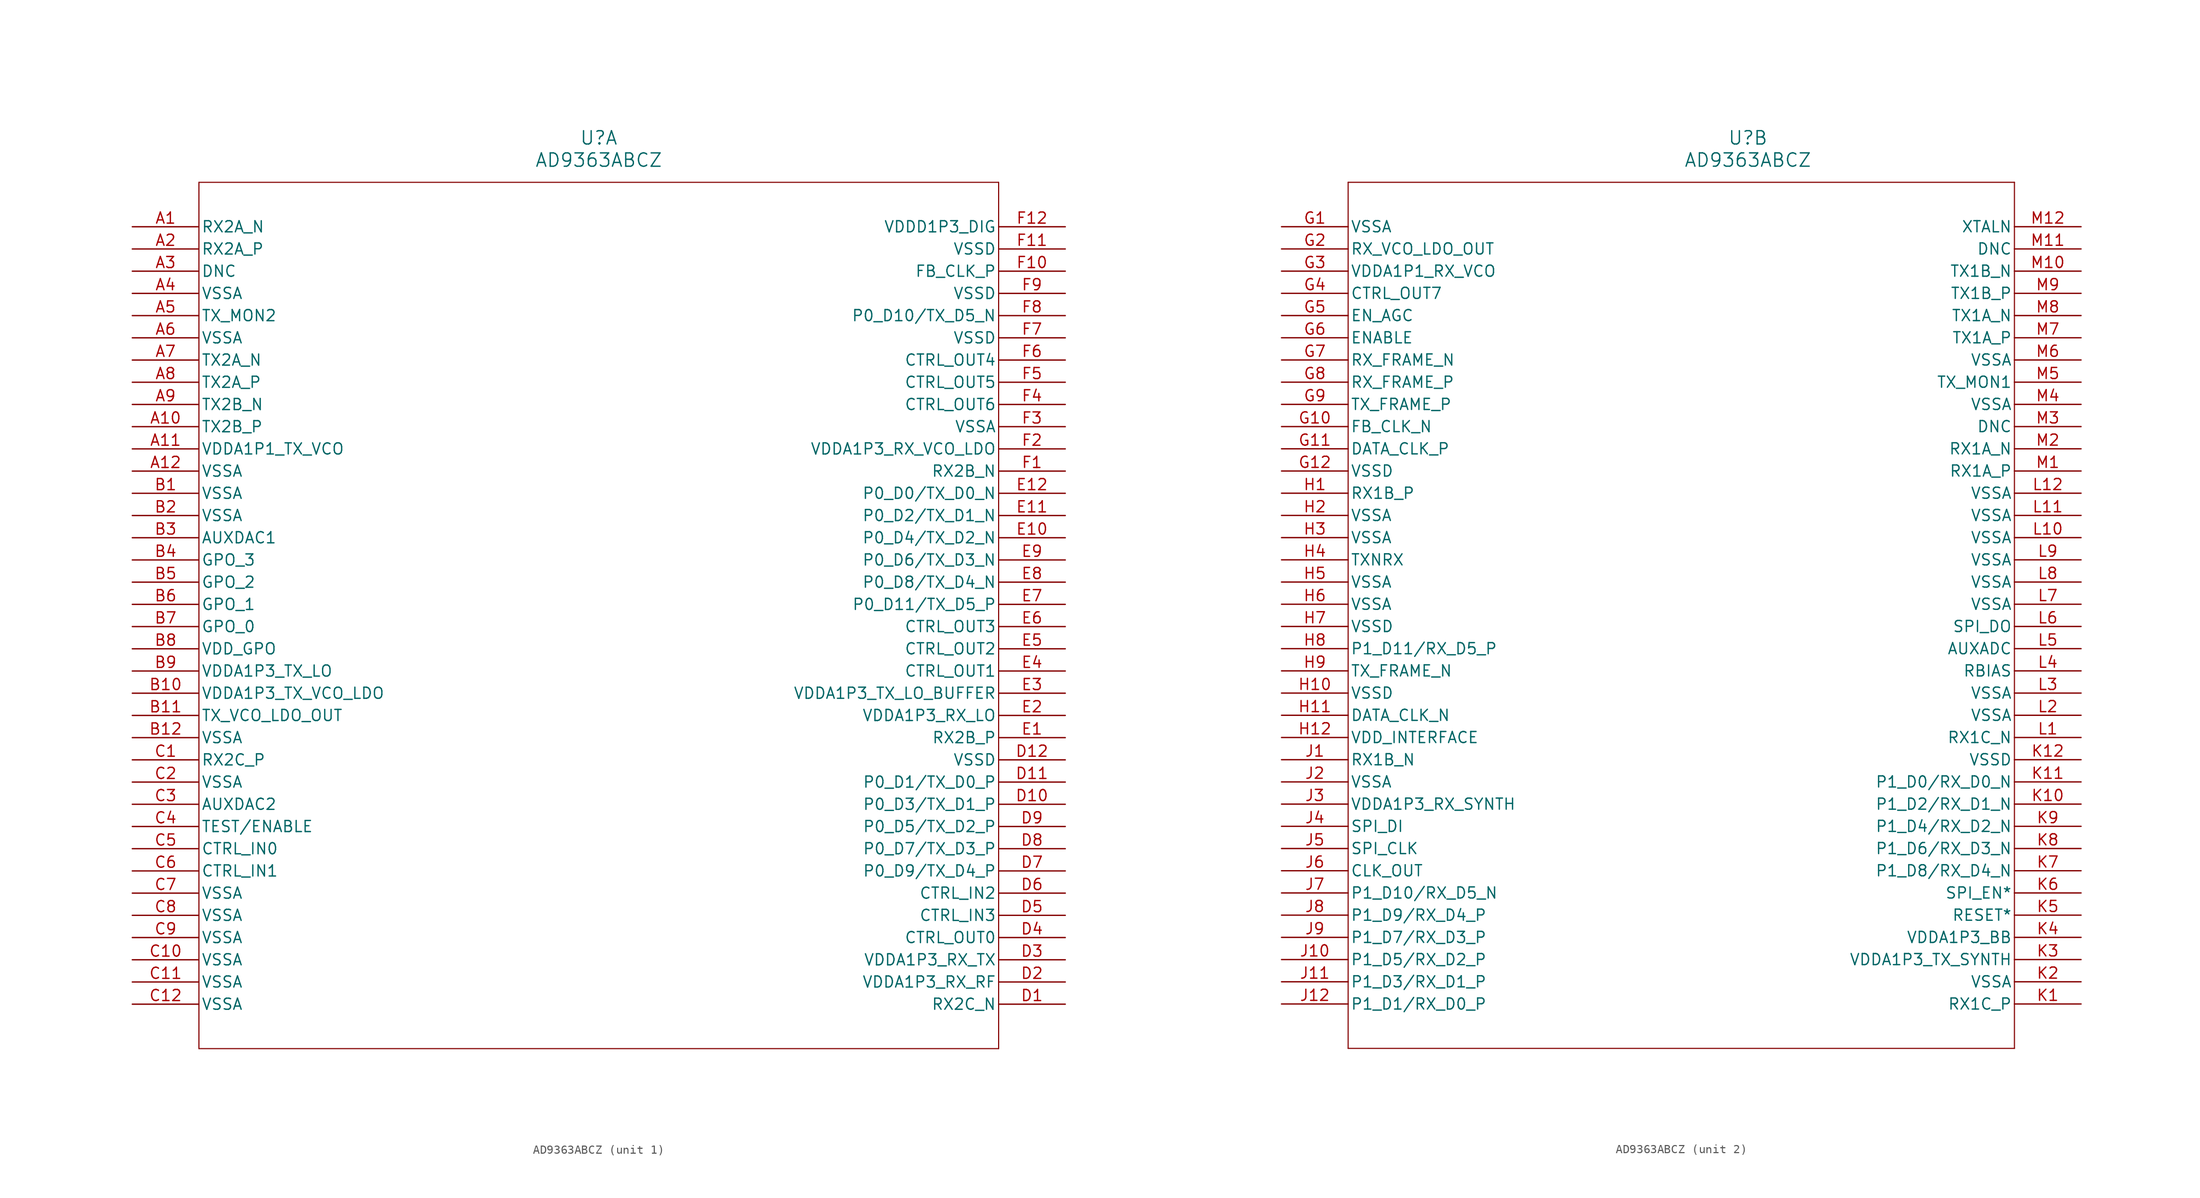
<source format=kicad_sym>
(kicad_symbol_lib
  (version 20211014)
  (generator kicad_symbol_editor)
  (symbol "AD9363ABCZ"
    (pin_names
      (offset 0.254))
    (property "Reference" "U"
      (at 53.34 10.16 0)
      (effects (font (size 1.524 1.524))))
    (property "Value" "AD9363ABCZ"
      (at 53.34 7.62 0)
      (effects (font (size 1.524 1.524))))
    (symbol "AD9363ABCZ_1_1"
      (polyline (pts (xy 7.62 5.08) (xy 7.62 -93.98)) (stroke (width 0.127) (type default) (color 0 0 0 0)) (fill (type none)))
      (polyline (pts (xy 7.62 -93.98) (xy 99.06 -93.98)) (stroke (width 0.127) (type default) (color 0 0 0 0)) (fill (type none)))
      (polyline (pts (xy 99.06 -93.98) (xy 99.06 5.08)) (stroke (width 0.127) (type default) (color 0 0 0 0)) (fill (type none)))
      (polyline (pts (xy 99.06 5.08) (xy 7.62 5.08)) (stroke (width 0.127) (type default) (color 0 0 0 0)) (fill (type none)))
      (pin unspecified line (at 0 0 0) (length 7.62) (name "RX2A_N" (effects (font (size 1.27 1.27)))) (number "A1" (effects (font (size 1.27 1.27)))))
      (pin unspecified line (at 0 -2.54 0) (length 7.62) (name "RX2A_P" (effects (font (size 1.27 1.27)))) (number "A2" (effects (font (size 1.27 1.27)))))
      (pin unspecified line (at 0 -5.08 0) (length 7.62) (name "DNC" (effects (font (size 1.27 1.27)))) (number "A3" (effects (font (size 1.27 1.27)))))
      (pin unspecified line (at 0 -7.62 0) (length 7.62) (name "VSSA" (effects (font (size 1.27 1.27)))) (number "A4" (effects (font (size 1.27 1.27)))))
      (pin unspecified line (at 0 -10.16 0) (length 7.62) (name "TX_MON2" (effects (font (size 1.27 1.27)))) (number "A5" (effects (font (size 1.27 1.27)))))
      (pin unspecified line (at 0 -12.7 0) (length 7.62) (name "VSSA" (effects (font (size 1.27 1.27)))) (number "A6" (effects (font (size 1.27 1.27)))))
      (pin unspecified line (at 0 -15.24 0) (length 7.62) (name "TX2A_N" (effects (font (size 1.27 1.27)))) (number "A7" (effects (font (size 1.27 1.27)))))
      (pin unspecified line (at 0 -17.78 0) (length 7.62) (name "TX2A_P" (effects (font (size 1.27 1.27)))) (number "A8" (effects (font (size 1.27 1.27)))))
      (pin unspecified line (at 0 -20.32 0) (length 7.62) (name "TX2B_N" (effects (font (size 1.27 1.27)))) (number "A9" (effects (font (size 1.27 1.27)))))
      (pin unspecified line (at 0 -22.86 0) (length 7.62) (name "TX2B_P" (effects (font (size 1.27 1.27)))) (number "A10" (effects (font (size 1.27 1.27)))))
      (pin unspecified line (at 0 -25.4 0) (length 7.62) (name "VDDA1P1_TX_VCO" (effects (font (size 1.27 1.27)))) (number "A11" (effects (font (size 1.27 1.27)))))
      (pin unspecified line (at 0 -27.94 0) (length 7.62) (name "VSSA" (effects (font (size 1.27 1.27)))) (number "A12" (effects (font (size 1.27 1.27)))))
      (pin unspecified line (at 0 -30.48 0) (length 7.62) (name "VSSA" (effects (font (size 1.27 1.27)))) (number "B1" (effects (font (size 1.27 1.27)))))
      (pin unspecified line (at 0 -33.02 0) (length 7.62) (name "VSSA" (effects (font (size 1.27 1.27)))) (number "B2" (effects (font (size 1.27 1.27)))))
      (pin unspecified line (at 0 -35.56 0) (length 7.62) (name "AUXDAC1" (effects (font (size 1.27 1.27)))) (number "B3" (effects (font (size 1.27 1.27)))))
      (pin unspecified line (at 0 -38.1 0) (length 7.62) (name "GPO_3" (effects (font (size 1.27 1.27)))) (number "B4" (effects (font (size 1.27 1.27)))))
      (pin unspecified line (at 0 -40.64 0) (length 7.62) (name "GPO_2" (effects (font (size 1.27 1.27)))) (number "B5" (effects (font (size 1.27 1.27)))))
      (pin unspecified line (at 0 -43.18 0) (length 7.62) (name "GPO_1" (effects (font (size 1.27 1.27)))) (number "B6" (effects (font (size 1.27 1.27)))))
      (pin unspecified line (at 0 -45.72 0) (length 7.62) (name "GPO_0" (effects (font (size 1.27 1.27)))) (number "B7" (effects (font (size 1.27 1.27)))))
      (pin unspecified line (at 0 -48.26 0) (length 7.62) (name "VDD_GPO" (effects (font (size 1.27 1.27)))) (number "B8" (effects (font (size 1.27 1.27)))))
      (pin unspecified line (at 0 -50.8 0) (length 7.62) (name "VDDA1P3_TX_LO" (effects (font (size 1.27 1.27)))) (number "B9" (effects (font (size 1.27 1.27)))))
      (pin unspecified line (at 0 -53.34 0) (length 7.62) (name "VDDA1P3_TX_VCO_LDO" (effects (font (size 1.27 1.27)))) (number "B10" (effects (font (size 1.27 1.27)))))
      (pin unspecified line (at 0 -55.88 0) (length 7.62) (name "TX_VCO_LDO_OUT" (effects (font (size 1.27 1.27)))) (number "B11" (effects (font (size 1.27 1.27)))))
      (pin unspecified line (at 0 -58.42 0) (length 7.62) (name "VSSA" (effects (font (size 1.27 1.27)))) (number "B12" (effects (font (size 1.27 1.27)))))
      (pin unspecified line (at 0 -60.96 0) (length 7.62) (name "RX2C_P" (effects (font (size 1.27 1.27)))) (number "C1" (effects (font (size 1.27 1.27)))))
      (pin unspecified line (at 0 -63.5 0) (length 7.62) (name "VSSA" (effects (font (size 1.27 1.27)))) (number "C2" (effects (font (size 1.27 1.27)))))
      (pin unspecified line (at 0 -66.04 0) (length 7.62) (name "AUXDAC2" (effects (font (size 1.27 1.27)))) (number "C3" (effects (font (size 1.27 1.27)))))
      (pin unspecified line (at 0 -68.58 0) (length 7.62) (name "TEST/ENABLE" (effects (font (size 1.27 1.27)))) (number "C4" (effects (font (size 1.27 1.27)))))
      (pin unspecified line (at 0 -71.12 0) (length 7.62) (name "CTRL_IN0" (effects (font (size 1.27 1.27)))) (number "C5" (effects (font (size 1.27 1.27)))))
      (pin unspecified line (at 0 -73.66 0) (length 7.62) (name "CTRL_IN1" (effects (font (size 1.27 1.27)))) (number "C6" (effects (font (size 1.27 1.27)))))
      (pin unspecified line (at 0 -76.2 0) (length 7.62) (name "VSSA" (effects (font (size 1.27 1.27)))) (number "C7" (effects (font (size 1.27 1.27)))))
      (pin unspecified line (at 0 -78.74 0) (length 7.62) (name "VSSA" (effects (font (size 1.27 1.27)))) (number "C8" (effects (font (size 1.27 1.27)))))
      (pin unspecified line (at 0 -81.28 0) (length 7.62) (name "VSSA" (effects (font (size 1.27 1.27)))) (number "C9" (effects (font (size 1.27 1.27)))))
      (pin unspecified line (at 0 -83.82 0) (length 7.62) (name "VSSA" (effects (font (size 1.27 1.27)))) (number "C10" (effects (font (size 1.27 1.27)))))
      (pin unspecified line (at 0 -86.36 0) (length 7.62) (name "VSSA" (effects (font (size 1.27 1.27)))) (number "C11" (effects (font (size 1.27 1.27)))))
      (pin unspecified line (at 0 -88.9 0) (length 7.62) (name "VSSA" (effects (font (size 1.27 1.27)))) (number "C12" (effects (font (size 1.27 1.27)))))
      (pin unspecified line (at 106.68 -88.9 180) (length 7.62) (name "RX2C_N" (effects (font (size 1.27 1.27)))) (number "D1" (effects (font (size 1.27 1.27)))))
      (pin unspecified line (at 106.68 -86.36 180) (length 7.62) (name "VDDA1P3_RX_RF" (effects (font (size 1.27 1.27)))) (number "D2" (effects (font (size 1.27 1.27)))))
      (pin unspecified line (at 106.68 -83.82 180) (length 7.62) (name "VDDA1P3_RX_TX" (effects (font (size 1.27 1.27)))) (number "D3" (effects (font (size 1.27 1.27)))))
      (pin unspecified line (at 106.68 -81.28 180) (length 7.62) (name "CTRL_OUT0" (effects (font (size 1.27 1.27)))) (number "D4" (effects (font (size 1.27 1.27)))))
      (pin unspecified line (at 106.68 -78.74 180) (length 7.62) (name "CTRL_IN3" (effects (font (size 1.27 1.27)))) (number "D5" (effects (font (size 1.27 1.27)))))
      (pin unspecified line (at 106.68 -76.2 180) (length 7.62) (name "CTRL_IN2" (effects (font (size 1.27 1.27)))) (number "D6" (effects (font (size 1.27 1.27)))))
      (pin unspecified line (at 106.68 -73.66 180) (length 7.62) (name "P0_D9/TX_D4_P" (effects (font (size 1.27 1.27)))) (number "D7" (effects (font (size 1.27 1.27)))))
      (pin unspecified line (at 106.68 -71.12 180) (length 7.62) (name "P0_D7/TX_D3_P" (effects (font (size 1.27 1.27)))) (number "D8" (effects (font (size 1.27 1.27)))))
      (pin unspecified line (at 106.68 -68.58 180) (length 7.62) (name "P0_D5/TX_D2_P" (effects (font (size 1.27 1.27)))) (number "D9" (effects (font (size 1.27 1.27)))))
      (pin unspecified line (at 106.68 -66.04 180) (length 7.62) (name "P0_D3/TX_D1_P" (effects (font (size 1.27 1.27)))) (number "D10" (effects (font (size 1.27 1.27)))))
      (pin unspecified line (at 106.68 -63.5 180) (length 7.62) (name "P0_D1/TX_D0_P" (effects (font (size 1.27 1.27)))) (number "D11" (effects (font (size 1.27 1.27)))))
      (pin unspecified line (at 106.68 -60.96 180) (length 7.62) (name "VSSD" (effects (font (size 1.27 1.27)))) (number "D12" (effects (font (size 1.27 1.27)))))
      (pin unspecified line (at 106.68 -58.42 180) (length 7.62) (name "RX2B_P" (effects (font (size 1.27 1.27)))) (number "E1" (effects (font (size 1.27 1.27)))))
      (pin unspecified line (at 106.68 -55.88 180) (length 7.62) (name "VDDA1P3_RX_LO" (effects (font (size 1.27 1.27)))) (number "E2" (effects (font (size 1.27 1.27)))))
      (pin unspecified line (at 106.68 -53.34 180) (length 7.62) (name "VDDA1P3_TX_LO_BUFFER" (effects (font (size 1.27 1.27)))) (number "E3" (effects (font (size 1.27 1.27)))))
      (pin unspecified line (at 106.68 -50.8 180) (length 7.62) (name "CTRL_OUT1" (effects (font (size 1.27 1.27)))) (number "E4" (effects (font (size 1.27 1.27)))))
      (pin unspecified line (at 106.68 -48.26 180) (length 7.62) (name "CTRL_OUT2" (effects (font (size 1.27 1.27)))) (number "E5" (effects (font (size 1.27 1.27)))))
      (pin unspecified line (at 106.68 -45.72 180) (length 7.62) (name "CTRL_OUT3" (effects (font (size 1.27 1.27)))) (number "E6" (effects (font (size 1.27 1.27)))))
      (pin unspecified line (at 106.68 -43.18 180) (length 7.62) (name "P0_D11/TX_D5_P" (effects (font (size 1.27 1.27)))) (number "E7" (effects (font (size 1.27 1.27)))))
      (pin unspecified line (at 106.68 -40.64 180) (length 7.62) (name "P0_D8/TX_D4_N" (effects (font (size 1.27 1.27)))) (number "E8" (effects (font (size 1.27 1.27)))))
      (pin unspecified line (at 106.68 -38.1 180) (length 7.62) (name "P0_D6/TX_D3_N" (effects (font (size 1.27 1.27)))) (number "E9" (effects (font (size 1.27 1.27)))))
      (pin unspecified line (at 106.68 -35.56 180) (length 7.62) (name "P0_D4/TX_D2_N" (effects (font (size 1.27 1.27)))) (number "E10" (effects (font (size 1.27 1.27)))))
      (pin unspecified line (at 106.68 -33.02 180) (length 7.62) (name "P0_D2/TX_D1_N" (effects (font (size 1.27 1.27)))) (number "E11" (effects (font (size 1.27 1.27)))))
      (pin unspecified line (at 106.68 -30.48 180) (length 7.62) (name "P0_D0/TX_D0_N" (effects (font (size 1.27 1.27)))) (number "E12" (effects (font (size 1.27 1.27)))))
      (pin unspecified line (at 106.68 -27.94 180) (length 7.62) (name "RX2B_N" (effects (font (size 1.27 1.27)))) (number "F1" (effects (font (size 1.27 1.27)))))
      (pin unspecified line (at 106.68 -25.4 180) (length 7.62) (name "VDDA1P3_RX_VCO_LDO" (effects (font (size 1.27 1.27)))) (number "F2" (effects (font (size 1.27 1.27)))))
      (pin unspecified line (at 106.68 -22.86 180) (length 7.62) (name "VSSA" (effects (font (size 1.27 1.27)))) (number "F3" (effects (font (size 1.27 1.27)))))
      (pin unspecified line (at 106.68 -20.32 180) (length 7.62) (name "CTRL_OUT6" (effects (font (size 1.27 1.27)))) (number "F4" (effects (font (size 1.27 1.27)))))
      (pin unspecified line (at 106.68 -17.78 180) (length 7.62) (name "CTRL_OUT5" (effects (font (size 1.27 1.27)))) (number "F5" (effects (font (size 1.27 1.27)))))
      (pin unspecified line (at 106.68 -15.24 180) (length 7.62) (name "CTRL_OUT4" (effects (font (size 1.27 1.27)))) (number "F6" (effects (font (size 1.27 1.27)))))
      (pin unspecified line (at 106.68 -12.7 180) (length 7.62) (name "VSSD" (effects (font (size 1.27 1.27)))) (number "F7" (effects (font (size 1.27 1.27)))))
      (pin unspecified line (at 106.68 -10.16 180) (length 7.62) (name "P0_D10/TX_D5_N" (effects (font (size 1.27 1.27)))) (number "F8" (effects (font (size 1.27 1.27)))))
      (pin unspecified line (at 106.68 -7.62 180) (length 7.62) (name "VSSD" (effects (font (size 1.27 1.27)))) (number "F9" (effects (font (size 1.27 1.27)))))
      (pin unspecified line (at 106.68 -5.08 180) (length 7.62) (name "FB_CLK_P" (effects (font (size 1.27 1.27)))) (number "F10" (effects (font (size 1.27 1.27)))))
      (pin unspecified line (at 106.68 -2.54 180) (length 7.62) (name "VSSD" (effects (font (size 1.27 1.27)))) (number "F11" (effects (font (size 1.27 1.27)))))
      (pin unspecified line (at 106.68 0 180) (length 7.62) (name "VDDD1P3_DIG" (effects (font (size 1.27 1.27)))) (number "F12" (effects (font (size 1.27 1.27))))))
    (symbol "AD9363ABCZ_2_1"
      (polyline (pts (xy 7.62 5.08) (xy 7.62 -93.98)) (stroke (width 0.127) (type default) (color 0 0 0 0)) (fill (type none)))
      (polyline (pts (xy 7.62 -93.98) (xy 83.82 -93.98)) (stroke (width 0.127) (type default) (color 0 0 0 0)) (fill (type none)))
      (polyline (pts (xy 83.82 -93.98) (xy 83.82 5.08)) (stroke (width 0.127) (type default) (color 0 0 0 0)) (fill (type none)))
      (polyline (pts (xy 83.82 5.08) (xy 7.62 5.08)) (stroke (width 0.127) (type default) (color 0 0 0 0)) (fill (type none)))
      (pin unspecified line (at 0 0 0) (length 7.62) (name "VSSA" (effects (font (size 1.27 1.27)))) (number "G1" (effects (font (size 1.27 1.27)))))
      (pin unspecified line (at 0 -2.54 0) (length 7.62) (name "RX_VCO_LDO_OUT" (effects (font (size 1.27 1.27)))) (number "G2" (effects (font (size 1.27 1.27)))))
      (pin unspecified line (at 0 -5.08 0) (length 7.62) (name "VDDA1P1_RX_VCO" (effects (font (size 1.27 1.27)))) (number "G3" (effects (font (size 1.27 1.27)))))
      (pin unspecified line (at 0 -7.62 0) (length 7.62) (name "CTRL_OUT7" (effects (font (size 1.27 1.27)))) (number "G4" (effects (font (size 1.27 1.27)))))
      (pin unspecified line (at 0 -10.16 0) (length 7.62) (name "EN_AGC" (effects (font (size 1.27 1.27)))) (number "G5" (effects (font (size 1.27 1.27)))))
      (pin unspecified line (at 0 -12.7 0) (length 7.62) (name "ENABLE" (effects (font (size 1.27 1.27)))) (number "G6" (effects (font (size 1.27 1.27)))))
      (pin unspecified line (at 0 -15.24 0) (length 7.62) (name "RX_FRAME_N" (effects (font (size 1.27 1.27)))) (number "G7" (effects (font (size 1.27 1.27)))))
      (pin unspecified line (at 0 -17.78 0) (length 7.62) (name "RX_FRAME_P" (effects (font (size 1.27 1.27)))) (number "G8" (effects (font (size 1.27 1.27)))))
      (pin unspecified line (at 0 -20.32 0) (length 7.62) (name "TX_FRAME_P" (effects (font (size 1.27 1.27)))) (number "G9" (effects (font (size 1.27 1.27)))))
      (pin unspecified line (at 0 -22.86 0) (length 7.62) (name "FB_CLK_N" (effects (font (size 1.27 1.27)))) (number "G10" (effects (font (size 1.27 1.27)))))
      (pin unspecified line (at 0 -25.4 0) (length 7.62) (name "DATA_CLK_P" (effects (font (size 1.27 1.27)))) (number "G11" (effects (font (size 1.27 1.27)))))
      (pin unspecified line (at 0 -27.94 0) (length 7.62) (name "VSSD" (effects (font (size 1.27 1.27)))) (number "G12" (effects (font (size 1.27 1.27)))))
      (pin unspecified line (at 0 -30.48 0) (length 7.62) (name "RX1B_P" (effects (font (size 1.27 1.27)))) (number "H1" (effects (font (size 1.27 1.27)))))
      (pin unspecified line (at 0 -33.02 0) (length 7.62) (name "VSSA" (effects (font (size 1.27 1.27)))) (number "H2" (effects (font (size 1.27 1.27)))))
      (pin unspecified line (at 0 -35.56 0) (length 7.62) (name "VSSA" (effects (font (size 1.27 1.27)))) (number "H3" (effects (font (size 1.27 1.27)))))
      (pin unspecified line (at 0 -38.1 0) (length 7.62) (name "TXNRX" (effects (font (size 1.27 1.27)))) (number "H4" (effects (font (size 1.27 1.27)))))
      (pin unspecified line (at 0 -40.64 0) (length 7.62) (name "VSSA" (effects (font (size 1.27 1.27)))) (number "H5" (effects (font (size 1.27 1.27)))))
      (pin unspecified line (at 0 -43.18 0) (length 7.62) (name "VSSA" (effects (font (size 1.27 1.27)))) (number "H6" (effects (font (size 1.27 1.27)))))
      (pin unspecified line (at 0 -45.72 0) (length 7.62) (name "VSSD" (effects (font (size 1.27 1.27)))) (number "H7" (effects (font (size 1.27 1.27)))))
      (pin unspecified line (at 0 -48.26 0) (length 7.62) (name "P1_D11/RX_D5_P" (effects (font (size 1.27 1.27)))) (number "H8" (effects (font (size 1.27 1.27)))))
      (pin unspecified line (at 0 -50.8 0) (length 7.62) (name "TX_FRAME_N" (effects (font (size 1.27 1.27)))) (number "H9" (effects (font (size 1.27 1.27)))))
      (pin unspecified line (at 0 -53.34 0) (length 7.62) (name "VSSD" (effects (font (size 1.27 1.27)))) (number "H10" (effects (font (size 1.27 1.27)))))
      (pin unspecified line (at 0 -55.88 0) (length 7.62) (name "DATA_CLK_N" (effects (font (size 1.27 1.27)))) (number "H11" (effects (font (size 1.27 1.27)))))
      (pin unspecified line (at 0 -58.42 0) (length 7.62) (name "VDD_INTERFACE" (effects (font (size 1.27 1.27)))) (number "H12" (effects (font (size 1.27 1.27)))))
      (pin unspecified line (at 0 -60.96 0) (length 7.62) (name "RX1B_N" (effects (font (size 1.27 1.27)))) (number "J1" (effects (font (size 1.27 1.27)))))
      (pin unspecified line (at 0 -63.5 0) (length 7.62) (name "VSSA" (effects (font (size 1.27 1.27)))) (number "J2" (effects (font (size 1.27 1.27)))))
      (pin unspecified line (at 0 -66.04 0) (length 7.62) (name "VDDA1P3_RX_SYNTH" (effects (font (size 1.27 1.27)))) (number "J3" (effects (font (size 1.27 1.27)))))
      (pin unspecified line (at 0 -68.58 0) (length 7.62) (name "SPI_DI" (effects (font (size 1.27 1.27)))) (number "J4" (effects (font (size 1.27 1.27)))))
      (pin unspecified line (at 0 -71.12 0) (length 7.62) (name "SPI_CLK" (effects (font (size 1.27 1.27)))) (number "J5" (effects (font (size 1.27 1.27)))))
      (pin unspecified line (at 0 -73.66 0) (length 7.62) (name "CLK_OUT" (effects (font (size 1.27 1.27)))) (number "J6" (effects (font (size 1.27 1.27)))))
      (pin unspecified line (at 0 -76.2 0) (length 7.62) (name "P1_D10/RX_D5_N" (effects (font (size 1.27 1.27)))) (number "J7" (effects (font (size 1.27 1.27)))))
      (pin unspecified line (at 0 -78.74 0) (length 7.62) (name "P1_D9/RX_D4_P" (effects (font (size 1.27 1.27)))) (number "J8" (effects (font (size 1.27 1.27)))))
      (pin unspecified line (at 0 -81.28 0) (length 7.62) (name "P1_D7/RX_D3_P" (effects (font (size 1.27 1.27)))) (number "J9" (effects (font (size 1.27 1.27)))))
      (pin unspecified line (at 0 -83.82 0) (length 7.62) (name "P1_D5/RX_D2_P" (effects (font (size 1.27 1.27)))) (number "J10" (effects (font (size 1.27 1.27)))))
      (pin unspecified line (at 0 -86.36 0) (length 7.62) (name "P1_D3/RX_D1_P" (effects (font (size 1.27 1.27)))) (number "J11" (effects (font (size 1.27 1.27)))))
      (pin unspecified line (at 0 -88.9 0) (length 7.62) (name "P1_D1/RX_D0_P" (effects (font (size 1.27 1.27)))) (number "J12" (effects (font (size 1.27 1.27)))))
      (pin unspecified line (at 91.44 -88.9 180) (length 7.62) (name "RX1C_P" (effects (font (size 1.27 1.27)))) (number "K1" (effects (font (size 1.27 1.27)))))
      (pin unspecified line (at 91.44 -86.36 180) (length 7.62) (name "VSSA" (effects (font (size 1.27 1.27)))) (number "K2" (effects (font (size 1.27 1.27)))))
      (pin unspecified line (at 91.44 -83.82 180) (length 7.62) (name "VDDA1P3_TX_SYNTH" (effects (font (size 1.27 1.27)))) (number "K3" (effects (font (size 1.27 1.27)))))
      (pin unspecified line (at 91.44 -81.28 180) (length 7.62) (name "VDDA1P3_BB" (effects (font (size 1.27 1.27)))) (number "K4" (effects (font (size 1.27 1.27)))))
      (pin unspecified line (at 91.44 -78.74 180) (length 7.62) (name "RESET*" (effects (font (size 1.27 1.27)))) (number "K5" (effects (font (size 1.27 1.27)))))
      (pin unspecified line (at 91.44 -76.2 180) (length 7.62) (name "SPI_EN*" (effects (font (size 1.27 1.27)))) (number "K6" (effects (font (size 1.27 1.27)))))
      (pin unspecified line (at 91.44 -73.66 180) (length 7.62) (name "P1_D8/RX_D4_N" (effects (font (size 1.27 1.27)))) (number "K7" (effects (font (size 1.27 1.27)))))
      (pin unspecified line (at 91.44 -71.12 180) (length 7.62) (name "P1_D6/RX_D3_N" (effects (font (size 1.27 1.27)))) (number "K8" (effects (font (size 1.27 1.27)))))
      (pin unspecified line (at 91.44 -68.58 180) (length 7.62) (name "P1_D4/RX_D2_N" (effects (font (size 1.27 1.27)))) (number "K9" (effects (font (size 1.27 1.27)))))
      (pin unspecified line (at 91.44 -66.04 180) (length 7.62) (name "P1_D2/RX_D1_N" (effects (font (size 1.27 1.27)))) (number "K10" (effects (font (size 1.27 1.27)))))
      (pin unspecified line (at 91.44 -63.5 180) (length 7.62) (name "P1_D0/RX_D0_N" (effects (font (size 1.27 1.27)))) (number "K11" (effects (font (size 1.27 1.27)))))
      (pin unspecified line (at 91.44 -60.96 180) (length 7.62) (name "VSSD" (effects (font (size 1.27 1.27)))) (number "K12" (effects (font (size 1.27 1.27)))))
      (pin unspecified line (at 91.44 -58.42 180) (length 7.62) (name "RX1C_N" (effects (font (size 1.27 1.27)))) (number "L1" (effects (font (size 1.27 1.27)))))
      (pin unspecified line (at 91.44 -55.88 180) (length 7.62) (name "VSSA" (effects (font (size 1.27 1.27)))) (number "L2" (effects (font (size 1.27 1.27)))))
      (pin unspecified line (at 91.44 -53.34 180) (length 7.62) (name "VSSA" (effects (font (size 1.27 1.27)))) (number "L3" (effects (font (size 1.27 1.27)))))
      (pin unspecified line (at 91.44 -50.8 180) (length 7.62) (name "RBIAS" (effects (font (size 1.27 1.27)))) (number "L4" (effects (font (size 1.27 1.27)))))
      (pin unspecified line (at 91.44 -48.26 180) (length 7.62) (name "AUXADC" (effects (font (size 1.27 1.27)))) (number "L5" (effects (font (size 1.27 1.27)))))
      (pin unspecified line (at 91.44 -45.72 180) (length 7.62) (name "SPI_DO" (effects (font (size 1.27 1.27)))) (number "L6" (effects (font (size 1.27 1.27)))))
      (pin unspecified line (at 91.44 -43.18 180) (length 7.62) (name "VSSA" (effects (font (size 1.27 1.27)))) (number "L7" (effects (font (size 1.27 1.27)))))
      (pin unspecified line (at 91.44 -40.64 180) (length 7.62) (name "VSSA" (effects (font (size 1.27 1.27)))) (number "L8" (effects (font (size 1.27 1.27)))))
      (pin unspecified line (at 91.44 -38.1 180) (length 7.62) (name "VSSA" (effects (font (size 1.27 1.27)))) (number "L9" (effects (font (size 1.27 1.27)))))
      (pin unspecified line (at 91.44 -35.56 180) (length 7.62) (name "VSSA" (effects (font (size 1.27 1.27)))) (number "L10" (effects (font (size 1.27 1.27)))))
      (pin unspecified line (at 91.44 -33.02 180) (length 7.62) (name "VSSA" (effects (font (size 1.27 1.27)))) (number "L11" (effects (font (size 1.27 1.27)))))
      (pin unspecified line (at 91.44 -30.48 180) (length 7.62) (name "VSSA" (effects (font (size 1.27 1.27)))) (number "L12" (effects (font (size 1.27 1.27)))))
      (pin unspecified line (at 91.44 -27.94 180) (length 7.62) (name "RX1A_P" (effects (font (size 1.27 1.27)))) (number "M1" (effects (font (size 1.27 1.27)))))
      (pin unspecified line (at 91.44 -25.4 180) (length 7.62) (name "RX1A_N" (effects (font (size 1.27 1.27)))) (number "M2" (effects (font (size 1.27 1.27)))))
      (pin unspecified line (at 91.44 -22.86 180) (length 7.62) (name "DNC" (effects (font (size 1.27 1.27)))) (number "M3" (effects (font (size 1.27 1.27)))))
      (pin unspecified line (at 91.44 -20.32 180) (length 7.62) (name "VSSA" (effects (font (size 1.27 1.27)))) (number "M4" (effects (font (size 1.27 1.27)))))
      (pin unspecified line (at 91.44 -17.78 180) (length 7.62) (name "TX_MON1" (effects (font (size 1.27 1.27)))) (number "M5" (effects (font (size 1.27 1.27)))))
      (pin unspecified line (at 91.44 -15.24 180) (length 7.62) (name "VSSA" (effects (font (size 1.27 1.27)))) (number "M6" (effects (font (size 1.27 1.27)))))
      (pin unspecified line (at 91.44 -12.7 180) (length 7.62) (name "TX1A_P" (effects (font (size 1.27 1.27)))) (number "M7" (effects (font (size 1.27 1.27)))))
      (pin unspecified line (at 91.44 -10.16 180) (length 7.62) (name "TX1A_N" (effects (font (size 1.27 1.27)))) (number "M8" (effects (font (size 1.27 1.27)))))
      (pin unspecified line (at 91.44 -7.62 180) (length 7.62) (name "TX1B_P" (effects (font (size 1.27 1.27)))) (number "M9" (effects (font (size 1.27 1.27)))))
      (pin unspecified line (at 91.44 -5.08 180) (length 7.62) (name "TX1B_N" (effects (font (size 1.27 1.27)))) (number "M10" (effects (font (size 1.27 1.27)))))
      (pin unspecified line (at 91.44 -2.54 180) (length 7.62) (name "DNC" (effects (font (size 1.27 1.27)))) (number "M11" (effects (font (size 1.27 1.27)))))
      (pin unspecified line (at 91.44 0 180) (length 7.62) (name "XTALN" (effects (font (size 1.27 1.27)))) (number "M12" (effects (font (size 1.27 1.27))))))))
</source>
